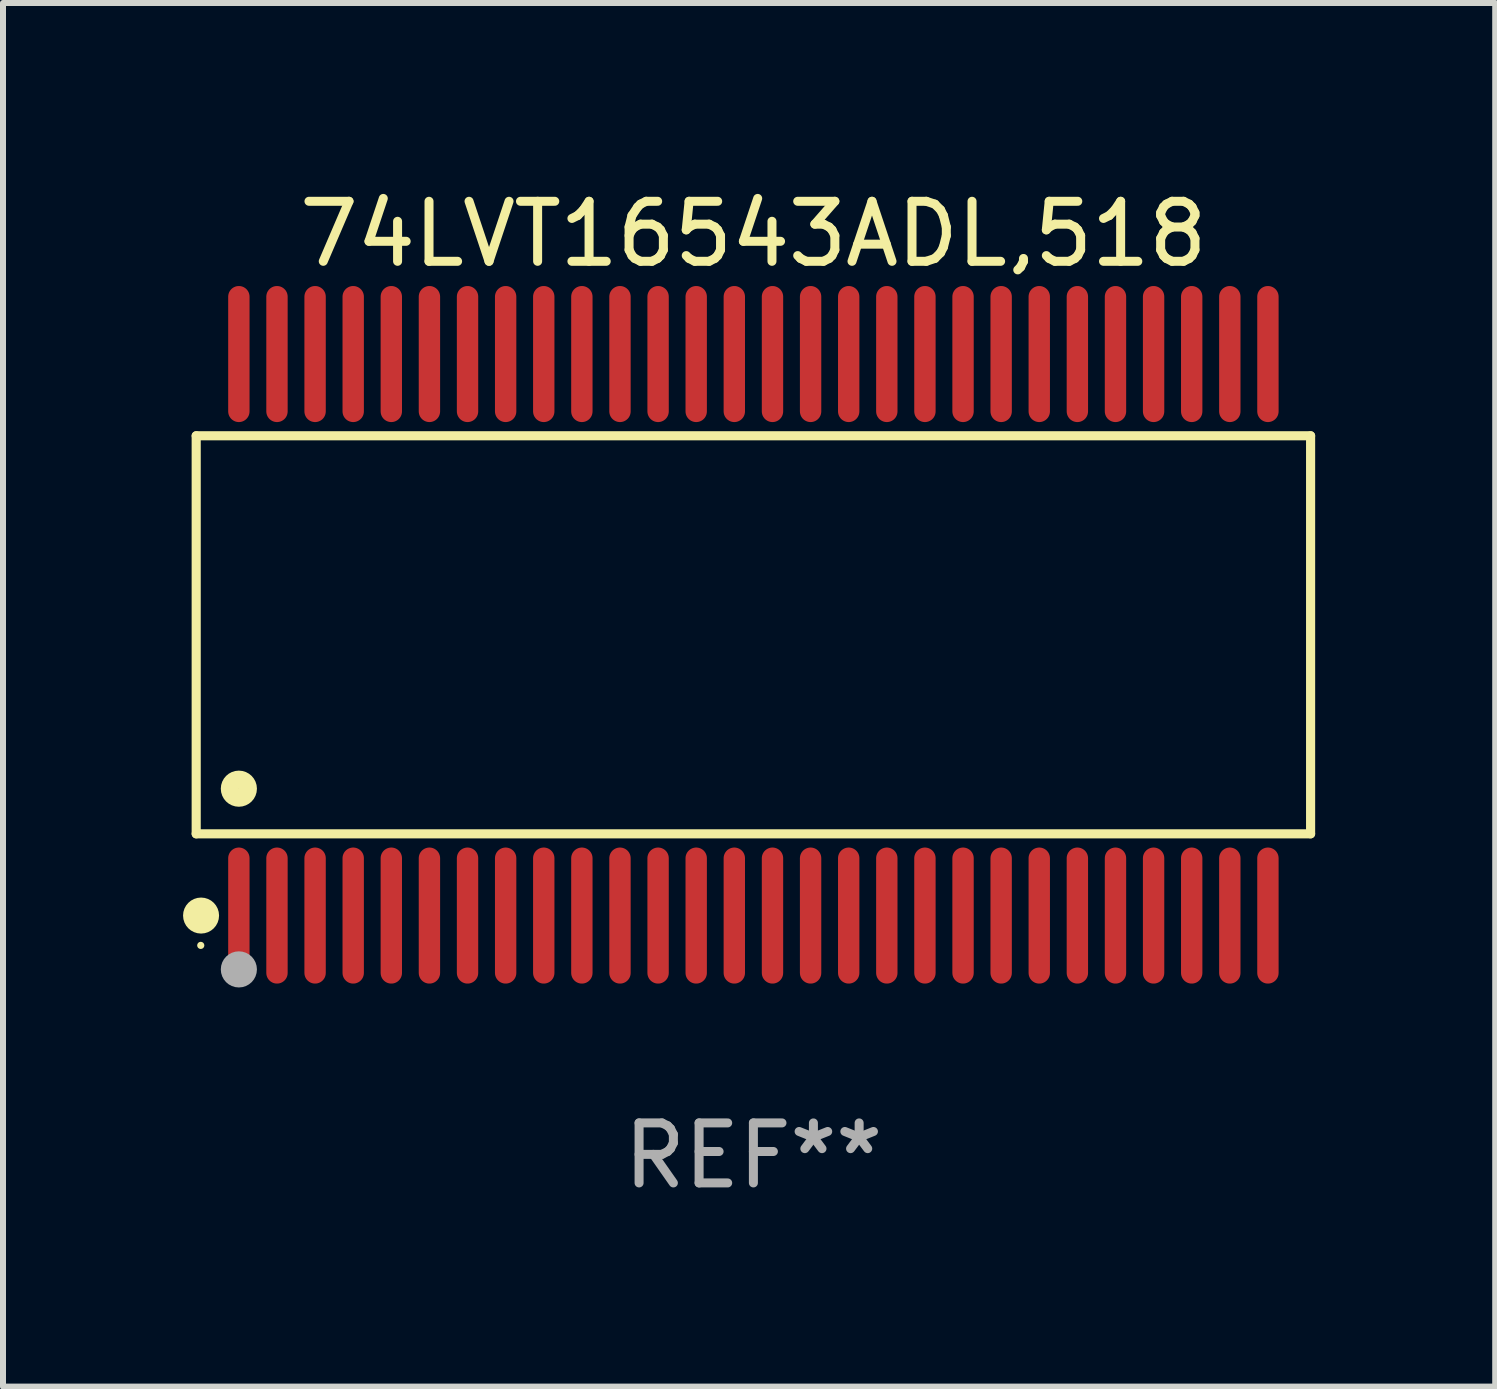
<source format=kicad_pcb>
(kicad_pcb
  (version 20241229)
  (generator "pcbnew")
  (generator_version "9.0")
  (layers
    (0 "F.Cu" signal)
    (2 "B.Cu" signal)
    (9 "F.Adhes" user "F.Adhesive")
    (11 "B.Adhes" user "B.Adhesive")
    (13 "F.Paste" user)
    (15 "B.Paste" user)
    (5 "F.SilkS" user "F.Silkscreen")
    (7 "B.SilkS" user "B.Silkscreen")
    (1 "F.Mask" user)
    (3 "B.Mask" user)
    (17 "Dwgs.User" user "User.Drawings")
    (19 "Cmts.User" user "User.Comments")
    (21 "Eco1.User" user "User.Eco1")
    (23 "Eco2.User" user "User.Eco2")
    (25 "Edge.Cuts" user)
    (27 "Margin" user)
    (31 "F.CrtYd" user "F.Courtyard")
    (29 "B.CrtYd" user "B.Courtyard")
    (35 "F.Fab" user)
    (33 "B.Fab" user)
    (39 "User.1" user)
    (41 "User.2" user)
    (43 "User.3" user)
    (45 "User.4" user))
  (footprint "74LVT16543ADL,518"
    (layer "F.Cu")
    (at 9.503 7.527)
    (property "Reference" "74LVT16543ADL,518" (at 0 -6.678 0) (layer "F.SilkS") (effects (font (size 1 1) (thickness 0.15))))
    (attr through_hole)
    (fp_line (start -9.284 -3.316) (end 9.284 -3.316) (stroke (width 0.152) (type solid)) (layer "F.SilkS"))
    (fp_line (start -9.284 3.316) (end -9.284 -3.316) (stroke (width 0.152) (type solid)) (layer "F.SilkS"))
    (fp_line (start 9.284 -3.316) (end 9.284 3.316) (stroke (width 0.152) (type solid)) (layer "F.SilkS"))
    (fp_line (start 9.284 3.316) (end -9.284 3.316) (stroke (width 0.152) (type solid)) (layer "F.SilkS"))
    (fp_circle (center -9.208 5.175) (end -9.178 5.175) (stroke (width 0.06) (type solid)) (fill no) (layer "F.SilkS"))
    (fp_circle (center -9.203 4.678) (end -9.053 4.678) (stroke (width 0.3) (type solid)) (fill no) (layer "F.SilkS"))
    (fp_circle (center -8.573 2.564) (end -8.422 2.564) (stroke (width 0.3) (type solid)) (fill no) (layer "F.SilkS"))
    (fp_circle (center -8.573 5.575) (end -8.422 5.575) (stroke (width 0.3) (type solid)) (fill no) (layer "F.Fab"))
    (fp_text user "REF**" (at 0 8.678 0) (layer "F.Fab") (effects (font (size 1 1) (thickness 0.15))))
    (pad "1" smd oval (at -8.573 4.678) (size 0.356 2.267) (layers "F.Cu" "F.Mask" "F.Paste"))
    (pad "2" smd oval (at -7.938 4.678) (size 0.356 2.267) (layers "F.Cu" "F.Mask" "F.Paste"))
    (pad "3" smd oval (at -7.303 4.678) (size 0.356 2.267) (layers "F.Cu" "F.Mask" "F.Paste"))
    (pad "4" smd oval (at -6.668 4.678) (size 0.356 2.267) (layers "F.Cu" "F.Mask" "F.Paste"))
    (pad "5" smd oval (at -6.033 4.678) (size 0.356 2.267) (layers "F.Cu" "F.Mask" "F.Paste"))
    (pad "6" smd oval (at -5.398 4.678) (size 0.356 2.267) (layers "F.Cu" "F.Mask" "F.Paste"))
    (pad "7" smd oval (at -4.763 4.678) (size 0.356 2.267) (layers "F.Cu" "F.Mask" "F.Paste"))
    (pad "8" smd oval (at -4.128 4.678) (size 0.356 2.267) (layers "F.Cu" "F.Mask" "F.Paste"))
    (pad "9" smd oval (at -3.493 4.678) (size 0.356 2.267) (layers "F.Cu" "F.Mask" "F.Paste"))
    (pad "10" smd oval (at -2.858 4.678) (size 0.356 2.267) (layers "F.Cu" "F.Mask" "F.Paste"))
    (pad "11" smd oval (at -2.223 4.678) (size 0.356 2.267) (layers "F.Cu" "F.Mask" "F.Paste"))
    (pad "12" smd oval (at -1.588 4.678) (size 0.356 2.267) (layers "F.Cu" "F.Mask" "F.Paste"))
    (pad "13" smd oval (at -0.953 4.678) (size 0.356 2.267) (layers "F.Cu" "F.Mask" "F.Paste"))
    (pad "14" smd oval (at -0.318 4.678) (size 0.356 2.267) (layers "F.Cu" "F.Mask" "F.Paste"))
    (pad "15" smd oval (at 0.318 4.678) (size 0.356 2.267) (layers "F.Cu" "F.Mask" "F.Paste"))
    (pad "16" smd oval (at 0.953 4.678) (size 0.356 2.267) (layers "F.Cu" "F.Mask" "F.Paste"))
    (pad "17" smd oval (at 1.588 4.678) (size 0.356 2.267) (layers "F.Cu" "F.Mask" "F.Paste"))
    (pad "18" smd oval (at 2.223 4.678) (size 0.356 2.267) (layers "F.Cu" "F.Mask" "F.Paste"))
    (pad "19" smd oval (at 2.858 4.678) (size 0.356 2.267) (layers "F.Cu" "F.Mask" "F.Paste"))
    (pad "20" smd oval (at 3.493 4.678) (size 0.356 2.267) (layers "F.Cu" "F.Mask" "F.Paste"))
    (pad "21" smd oval (at 4.128 4.678) (size 0.356 2.267) (layers "F.Cu" "F.Mask" "F.Paste"))
    (pad "22" smd oval (at 4.763 4.678) (size 0.356 2.267) (layers "F.Cu" "F.Mask" "F.Paste"))
    (pad "23" smd oval (at 5.398 4.678) (size 0.356 2.267) (layers "F.Cu" "F.Mask" "F.Paste"))
    (pad "24" smd oval (at 6.033 4.678) (size 0.356 2.267) (layers "F.Cu" "F.Mask" "F.Paste"))
    (pad "25" smd oval (at 6.668 4.678) (size 0.356 2.267) (layers "F.Cu" "F.Mask" "F.Paste"))
    (pad "26" smd oval (at 7.303 4.678) (size 0.356 2.267) (layers "F.Cu" "F.Mask" "F.Paste"))
    (pad "27" smd oval (at 7.938 4.678) (size 0.356 2.267) (layers "F.Cu" "F.Mask" "F.Paste"))
    (pad "28" smd oval (at 8.573 4.678) (size 0.356 2.267) (layers "F.Cu" "F.Mask" "F.Paste"))
    (pad "29" smd oval (at 8.573 -4.678) (size 0.356 2.267) (layers "F.Cu" "F.Mask" "F.Paste"))
    (pad "30" smd oval (at 7.938 -4.678) (size 0.356 2.267) (layers "F.Cu" "F.Mask" "F.Paste"))
    (pad "31" smd oval (at 7.303 -4.678) (size 0.356 2.267) (layers "F.Cu" "F.Mask" "F.Paste"))
    (pad "32" smd oval (at 6.668 -4.678) (size 0.356 2.267) (layers "F.Cu" "F.Mask" "F.Paste"))
    (pad "33" smd oval (at 6.033 -4.678) (size 0.356 2.267) (layers "F.Cu" "F.Mask" "F.Paste"))
    (pad "34" smd oval (at 5.398 -4.678) (size 0.356 2.267) (layers "F.Cu" "F.Mask" "F.Paste"))
    (pad "35" smd oval (at 4.763 -4.678) (size 0.356 2.267) (layers "F.Cu" "F.Mask" "F.Paste"))
    (pad "36" smd oval (at 4.128 -4.678) (size 0.356 2.267) (layers "F.Cu" "F.Mask" "F.Paste"))
    (pad "37" smd oval (at 3.493 -4.678) (size 0.356 2.267) (layers "F.Cu" "F.Mask" "F.Paste"))
    (pad "38" smd oval (at 2.858 -4.678) (size 0.356 2.267) (layers "F.Cu" "F.Mask" "F.Paste"))
    (pad "39" smd oval (at 2.223 -4.678) (size 0.356 2.267) (layers "F.Cu" "F.Mask" "F.Paste"))
    (pad "40" smd oval (at 1.588 -4.678) (size 0.356 2.267) (layers "F.Cu" "F.Mask" "F.Paste"))
    (pad "41" smd oval (at 0.953 -4.678) (size 0.356 2.267) (layers "F.Cu" "F.Mask" "F.Paste"))
    (pad "42" smd oval (at 0.318 -4.678) (size 0.356 2.267) (layers "F.Cu" "F.Mask" "F.Paste"))
    (pad "43" smd oval (at -0.318 -4.678) (size 0.356 2.267) (layers "F.Cu" "F.Mask" "F.Paste"))
    (pad "44" smd oval (at -0.953 -4.678) (size 0.356 2.267) (layers "F.Cu" "F.Mask" "F.Paste"))
    (pad "45" smd oval (at -1.588 -4.678) (size 0.356 2.267) (layers "F.Cu" "F.Mask" "F.Paste"))
    (pad "46" smd oval (at -2.223 -4.678) (size 0.356 2.267) (layers "F.Cu" "F.Mask" "F.Paste"))
    (pad "47" smd oval (at -2.858 -4.678) (size 0.356 2.267) (layers "F.Cu" "F.Mask" "F.Paste"))
    (pad "48" smd oval (at -3.493 -4.678) (size 0.356 2.267) (layers "F.Cu" "F.Mask" "F.Paste"))
    (pad "49" smd oval (at -4.128 -4.678) (size 0.356 2.267) (layers "F.Cu" "F.Mask" "F.Paste"))
    (pad "50" smd oval (at -4.763 -4.678) (size 0.356 2.267) (layers "F.Cu" "F.Mask" "F.Paste"))
    (pad "51" smd oval (at -5.398 -4.678) (size 0.356 2.267) (layers "F.Cu" "F.Mask" "F.Paste"))
    (pad "52" smd oval (at -6.033 -4.678) (size 0.356 2.267) (layers "F.Cu" "F.Mask" "F.Paste"))
    (pad "53" smd oval (at -6.668 -4.678) (size 0.356 2.267) (layers "F.Cu" "F.Mask" "F.Paste"))
    (pad "54" smd oval (at -7.303 -4.678) (size 0.356 2.267) (layers "F.Cu" "F.Mask" "F.Paste"))
    (pad "55" smd oval (at -7.938 -4.678) (size 0.356 2.267) (layers "F.Cu" "F.Mask" "F.Paste"))
    (pad "56" smd oval (at -8.573 -4.678) (size 0.356 2.267) (layers "F.Cu" "F.Mask" "F.Paste")))
  (gr_rect
    (start -3 -3)
    (end 21.863 20.053)
    (stroke (width 0.1) (type default))
    (fill no)
    (layer "Edge.Cuts")))
</source>
